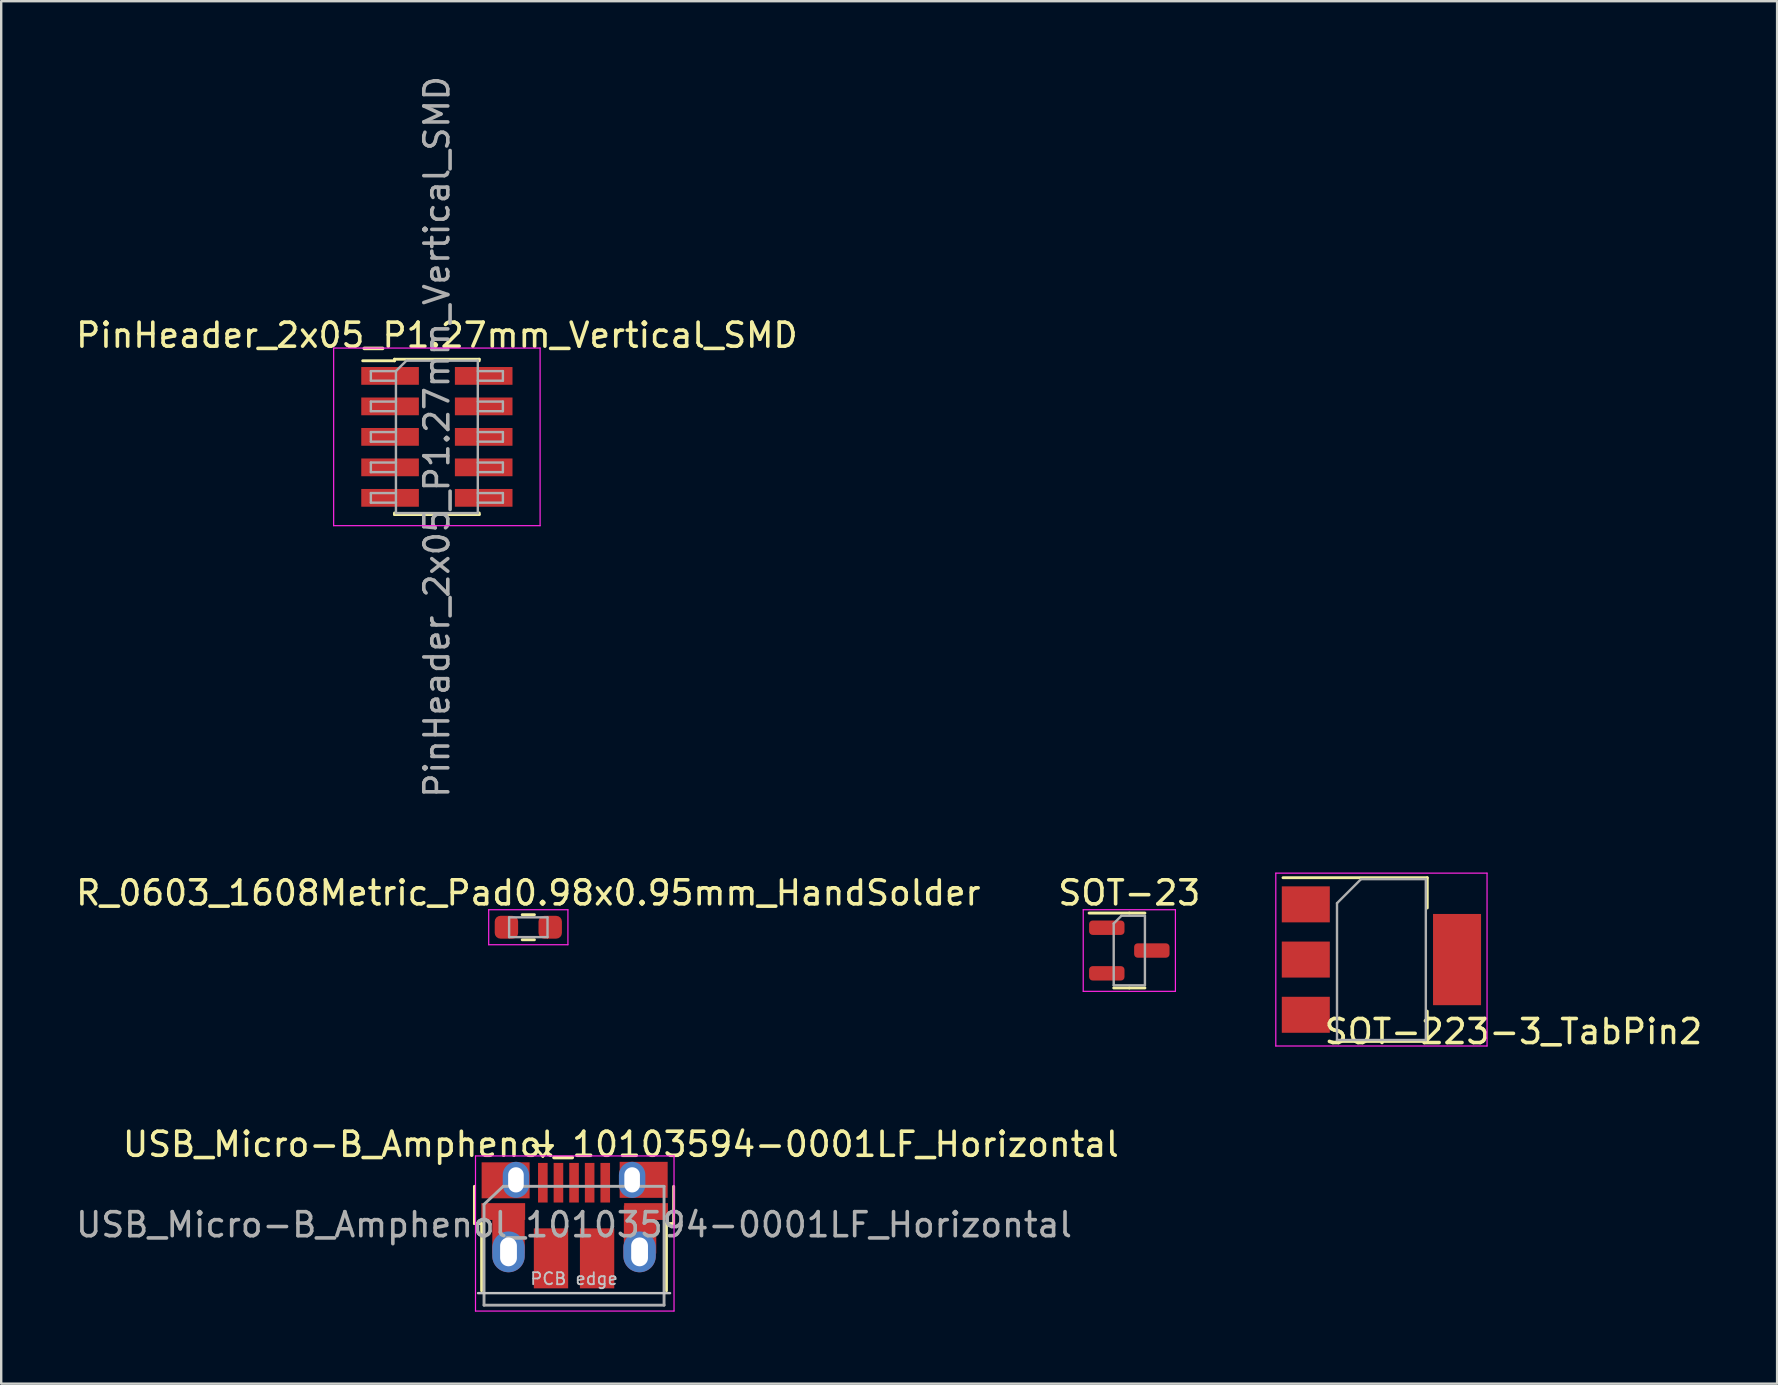
<source format=kicad_pcb>
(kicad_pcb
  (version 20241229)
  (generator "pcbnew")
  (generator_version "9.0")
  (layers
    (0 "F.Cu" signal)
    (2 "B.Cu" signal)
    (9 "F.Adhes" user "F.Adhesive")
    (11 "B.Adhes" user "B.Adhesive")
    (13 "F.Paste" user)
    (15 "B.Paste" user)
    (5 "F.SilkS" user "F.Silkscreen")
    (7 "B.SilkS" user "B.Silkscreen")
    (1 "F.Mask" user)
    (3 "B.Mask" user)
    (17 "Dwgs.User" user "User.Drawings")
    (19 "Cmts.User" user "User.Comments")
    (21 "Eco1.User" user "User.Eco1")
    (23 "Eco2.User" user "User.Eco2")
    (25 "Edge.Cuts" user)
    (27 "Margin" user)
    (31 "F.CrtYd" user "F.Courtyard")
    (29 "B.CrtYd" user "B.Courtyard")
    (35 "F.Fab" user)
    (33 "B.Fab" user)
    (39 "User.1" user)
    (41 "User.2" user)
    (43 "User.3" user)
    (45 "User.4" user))
  (footprint "PinHeader_2x05_P1.27mm_Vertical_SMD"
    (layer "F.Cu")
    (at 15.149 15.149)
    (property "Reference" "PinHeader_2x05_P1.27mm_Vertical_SMD" (at 0 -4.235 0) (layer "F.SilkS") (effects (font (size 1 1) (thickness 0.15))))
    (attr smd)
    (fp_line (start -3.09 -3.17) (end -1.765 -3.17) (stroke (width 0.12) (type solid)) (layer "F.SilkS"))
    (fp_line (start -1.765 -3.235) (end -1.765 -3.17) (stroke (width 0.12) (type solid)) (layer "F.SilkS"))
    (fp_line (start -1.765 -3.235) (end 1.765 -3.235) (stroke (width 0.12) (type solid)) (layer "F.SilkS"))
    (fp_line (start -1.765 3.17) (end -1.765 3.235) (stroke (width 0.12) (type solid)) (layer "F.SilkS"))
    (fp_line (start -1.765 3.235) (end 1.765 3.235) (stroke (width 0.12) (type solid)) (layer "F.SilkS"))
    (fp_line (start 1.765 -3.235) (end 1.765 -3.17) (stroke (width 0.12) (type solid)) (layer "F.SilkS"))
    (fp_line (start 1.765 3.17) (end 1.765 3.235) (stroke (width 0.12) (type solid)) (layer "F.SilkS"))
    (fp_line (start -4.3 -3.7) (end -4.3 3.7) (stroke (width 0.05) (type solid)) (layer "F.CrtYd"))
    (fp_line (start -4.3 3.7) (end 4.3 3.7) (stroke (width 0.05) (type solid)) (layer "F.CrtYd"))
    (fp_line (start 4.3 -3.7) (end -4.3 -3.7) (stroke (width 0.05) (type solid)) (layer "F.CrtYd"))
    (fp_line (start 4.3 3.7) (end 4.3 -3.7) (stroke (width 0.05) (type solid)) (layer "F.CrtYd"))
    (fp_line (start -2.75 -2.74) (end -2.75 -2.34) (stroke (width 0.1) (type solid)) (layer "F.Fab"))
    (fp_line (start -2.75 -2.34) (end -1.705 -2.34) (stroke (width 0.1) (type solid)) (layer "F.Fab"))
    (fp_line (start -2.75 -1.47) (end -2.75 -1.07) (stroke (width 0.1) (type solid)) (layer "F.Fab"))
    (fp_line (start -2.75 -1.07) (end -1.705 -1.07) (stroke (width 0.1) (type solid)) (layer "F.Fab"))
    (fp_line (start -2.75 -0.2) (end -2.75 0.2) (stroke (width 0.1) (type solid)) (layer "F.Fab"))
    (fp_line (start -2.75 0.2) (end -1.705 0.2) (stroke (width 0.1) (type solid)) (layer "F.Fab"))
    (fp_line (start -2.75 1.07) (end -2.75 1.47) (stroke (width 0.1) (type solid)) (layer "F.Fab"))
    (fp_line (start -2.75 1.47) (end -1.705 1.47) (stroke (width 0.1) (type solid)) (layer "F.Fab"))
    (fp_line (start -2.75 2.34) (end -2.75 2.74) (stroke (width 0.1) (type solid)) (layer "F.Fab"))
    (fp_line (start -2.75 2.74) (end -1.705 2.74) (stroke (width 0.1) (type solid)) (layer "F.Fab"))
    (fp_line (start -1.705 -2.74) (end -2.75 -2.74) (stroke (width 0.1) (type solid)) (layer "F.Fab"))
    (fp_line (start -1.705 -2.74) (end -1.27 -3.175) (stroke (width 0.1) (type solid)) (layer "F.Fab"))
    (fp_line (start -1.705 -1.47) (end -2.75 -1.47) (stroke (width 0.1) (type solid)) (layer "F.Fab"))
    (fp_line (start -1.705 -0.2) (end -2.75 -0.2) (stroke (width 0.1) (type solid)) (layer "F.Fab"))
    (fp_line (start -1.705 1.07) (end -2.75 1.07) (stroke (width 0.1) (type solid)) (layer "F.Fab"))
    (fp_line (start -1.705 2.34) (end -2.75 2.34) (stroke (width 0.1) (type solid)) (layer "F.Fab"))
    (fp_line (start -1.705 3.175) (end -1.705 -2.74) (stroke (width 0.1) (type solid)) (layer "F.Fab"))
    (fp_line (start -1.27 -3.175) (end 1.705 -3.175) (stroke (width 0.1) (type solid)) (layer "F.Fab"))
    (fp_line (start 1.705 -3.175) (end 1.705 3.175) (stroke (width 0.1) (type solid)) (layer "F.Fab"))
    (fp_line (start 1.705 -2.74) (end 2.75 -2.74) (stroke (width 0.1) (type solid)) (layer "F.Fab"))
    (fp_line (start 1.705 -1.47) (end 2.75 -1.47) (stroke (width 0.1) (type solid)) (layer "F.Fab"))
    (fp_line (start 1.705 -0.2) (end 2.75 -0.2) (stroke (width 0.1) (type solid)) (layer "F.Fab"))
    (fp_line (start 1.705 1.07) (end 2.75 1.07) (stroke (width 0.1) (type solid)) (layer "F.Fab"))
    (fp_line (start 1.705 2.34) (end 2.75 2.34) (stroke (width 0.1) (type solid)) (layer "F.Fab"))
    (fp_line (start 1.705 3.175) (end -1.705 3.175) (stroke (width 0.1) (type solid)) (layer "F.Fab"))
    (fp_line (start 2.75 -2.74) (end 2.75 -2.34) (stroke (width 0.1) (type solid)) (layer "F.Fab"))
    (fp_line (start 2.75 -2.34) (end 1.705 -2.34) (stroke (width 0.1) (type solid)) (layer "F.Fab"))
    (fp_line (start 2.75 -1.47) (end 2.75 -1.07) (stroke (width 0.1) (type solid)) (layer "F.Fab"))
    (fp_line (start 2.75 -1.07) (end 1.705 -1.07) (stroke (width 0.1) (type solid)) (layer "F.Fab"))
    (fp_line (start 2.75 -0.2) (end 2.75 0.2) (stroke (width 0.1) (type solid)) (layer "F.Fab"))
    (fp_line (start 2.75 0.2) (end 1.705 0.2) (stroke (width 0.1) (type solid)) (layer "F.Fab"))
    (fp_line (start 2.75 1.07) (end 2.75 1.47) (stroke (width 0.1) (type solid)) (layer "F.Fab"))
    (fp_line (start 2.75 1.47) (end 1.705 1.47) (stroke (width 0.1) (type solid)) (layer "F.Fab"))
    (fp_line (start 2.75 2.34) (end 2.75 2.74) (stroke (width 0.1) (type solid)) (layer "F.Fab"))
    (fp_line (start 2.75 2.74) (end 1.705 2.74) (stroke (width 0.1) (type solid)) (layer "F.Fab"))
    (fp_text user "${REFERENCE}" (at 0 0 90) (layer "F.Fab") (effects (font (size 1 1) (thickness 0.15))))
    (pad "1" smd rect (at -1.95 -2.54 180) (size 2.4 0.74) (layers "F.Cu" "F.Mask" "F.Paste"))
    (pad "2" smd rect (at 1.95 -2.54 180) (size 2.4 0.74) (layers "F.Cu" "F.Mask" "F.Paste"))
    (pad "3" smd rect (at -1.95 -1.27 180) (size 2.4 0.74) (layers "F.Cu" "F.Mask" "F.Paste"))
    (pad "4" smd rect (at 1.95 -1.27 180) (size 2.4 0.74) (layers "F.Cu" "F.Mask" "F.Paste"))
    (pad "5" smd rect (at -1.95 0 180) (size 2.4 0.74) (layers "F.Cu" "F.Mask" "F.Paste"))
    (pad "6" smd rect (at 1.95 0 180) (size 2.4 0.74) (layers "F.Cu" "F.Mask" "F.Paste"))
    (pad "7" smd rect (at -1.95 1.27 180) (size 2.4 0.74) (layers "F.Cu" "F.Mask" "F.Paste"))
    (pad "8" smd rect (at 1.95 1.27 180) (size 2.4 0.74) (layers "F.Cu" "F.Mask" "F.Paste"))
    (pad "9" smd rect (at -1.95 2.54 180) (size 2.4 0.74) (layers "F.Cu" "F.Mask" "F.Paste"))
    (pad "10" smd rect (at 1.95 2.54 180) (size 2.4 0.74) (layers "F.Cu" "F.Mask" "F.Paste")))
  (footprint "SOT-23"
    (layer "F.Cu")
    (at 43.994 36.546)
    (property "Reference" "SOT-23" (at 0 -2.4 0) (layer "F.SilkS") (effects (font (size 1 1) (thickness 0.15))))
    (attr smd)
    (fp_line (start 0 -1.56) (end -1.675 -1.56) (stroke (width 0.12) (type solid)) (layer "F.SilkS"))
    (fp_line (start 0 -1.56) (end 0.65 -1.56) (stroke (width 0.12) (type solid)) (layer "F.SilkS"))
    (fp_line (start 0 1.56) (end -0.65 1.56) (stroke (width 0.12) (type solid)) (layer "F.SilkS"))
    (fp_line (start 0 1.56) (end 0.65 1.56) (stroke (width 0.12) (type solid)) (layer "F.SilkS"))
    (fp_line (start -1.92 -1.7) (end -1.92 1.7) (stroke (width 0.05) (type solid)) (layer "F.CrtYd"))
    (fp_line (start -1.92 1.7) (end 1.92 1.7) (stroke (width 0.05) (type solid)) (layer "F.CrtYd"))
    (fp_line (start 1.92 -1.7) (end -1.92 -1.7) (stroke (width 0.05) (type solid)) (layer "F.CrtYd"))
    (fp_line (start 1.92 1.7) (end 1.92 -1.7) (stroke (width 0.05) (type solid)) (layer "F.CrtYd"))
    (fp_line (start -0.65 -1.125) (end -0.325 -1.45) (stroke (width 0.1) (type solid)) (layer "F.Fab"))
    (fp_line (start -0.65 1.45) (end -0.65 -1.125) (stroke (width 0.1) (type solid)) (layer "F.Fab"))
    (fp_line (start -0.325 -1.45) (end 0.65 -1.45) (stroke (width 0.1) (type solid)) (layer "F.Fab"))
    (fp_line (start 0.65 -1.45) (end 0.65 1.45) (stroke (width 0.1) (type solid)) (layer "F.Fab"))
    (fp_line (start 0.65 1.45) (end -0.65 1.45) (stroke (width 0.1) (type solid)) (layer "F.Fab"))
    (pad "1" smd roundrect (at -0.938 -0.95 180) (size 1.475 0.6) (layers "F.Cu" "F.Mask" "F.Paste") (roundrect_rratio 0.25))
    (pad "2" smd roundrect (at -0.938 0.95 180) (size 1.475 0.6) (layers "F.Cu" "F.Mask" "F.Paste") (roundrect_rratio 0.25))
    (pad "3" smd roundrect (at 0.938 0 180) (size 1.475 0.6) (layers "F.Cu" "F.Mask" "F.Paste") (roundrect_rratio 0.25)))
  (footprint "USB_Micro-B_Amphenol_10103594-0001LF_Horizontal"
    (layer "F.Cu")
    (at 20.888 47.984)
    (property "Reference" "USB_Micro-B_Amphenol_10103594-0001LF_Horizontal" (at 1.925 -3.365 0) (layer "F.SilkS") (effects (font (size 1 1) (thickness 0.15))))
    (attr smd)
    (fp_line (start -4.175 -0.065) (end -4.175 -1.615) (stroke (width 0.12) (type solid)) (layer "F.SilkS"))
    (fp_line (start -4.175 -0.065) (end -3.875 -0.065) (stroke (width 0.12) (type solid)) (layer "F.SilkS"))
    (fp_line (start -3.875 2.735) (end -3.875 -0.065) (stroke (width 0.12) (type solid)) (layer "F.SilkS"))
    (fp_line (start -1.725 -3.315) (end -0.925 -3.315) (stroke (width 0.12) (type solid)) (layer "F.SilkS"))
    (fp_line (start -1.325 -2.865) (end -1.725 -3.315) (stroke (width 0.12) (type solid)) (layer "F.SilkS"))
    (fp_line (start -0.925 -3.315) (end -1.325 -2.865) (stroke (width 0.12) (type solid)) (layer "F.SilkS"))
    (fp_line (start 3.825 -0.065) (end 4.125 -0.065) (stroke (width 0.12) (type solid)) (layer "F.SilkS"))
    (fp_line (start 3.825 2.735) (end 3.825 -0.065) (stroke (width 0.12) (type solid)) (layer "F.SilkS"))
    (fp_line (start 4.125 -0.065) (end 4.125 -1.615) (stroke (width 0.12) (type solid)) (layer "F.SilkS"))
    (fp_line (start -4.025 2.835) (end 3.975 2.835) (stroke (width 0.1) (type solid)) (layer "Dwgs.User"))
    (fp_line (start -4.13 -2.88) (end -4.13 3.58) (stroke (width 0.05) (type solid)) (layer "F.CrtYd"))
    (fp_line (start -4.13 -2.88) (end 4.14 -2.88) (stroke (width 0.05) (type solid)) (layer "F.CrtYd"))
    (fp_line (start 4.14 3.58) (end -4.13 3.58) (stroke (width 0.05) (type solid)) (layer "F.CrtYd"))
    (fp_line (start 4.14 3.58) (end 4.14 -2.88) (stroke (width 0.05) (type solid)) (layer "F.CrtYd"))
    (fp_line (start -3.775 -0.865) (end -2.975 -1.615) (stroke (width 0.12) (type solid)) (layer "F.Fab"))
    (fp_line (start -3.775 3.335) (end -3.775 -0.865) (stroke (width 0.12) (type solid)) (layer "F.Fab"))
    (fp_line (start -2.975 -1.615) (end 3.725 -1.615) (stroke (width 0.12) (type solid)) (layer "F.Fab"))
    (fp_line (start 3.725 -1.615) (end 3.725 3.335) (stroke (width 0.12) (type solid)) (layer "F.Fab"))
    (fp_line (start 3.725 3.335) (end -3.775 3.335) (stroke (width 0.12) (type solid)) (layer "F.Fab"))
    (fp_text user "PCB edge" (at -0.025 2.235 0) (layer "Dwgs.User") (effects (font (size 0.5 0.5) (thickness 0.075))))
    (fp_text user "${REFERENCE}" (at -0.025 -0.015 0) (layer "F.Fab") (effects (font (size 1 1) (thickness 0.15))))
    (pad "1" smd rect (at -1.325 -1.765 270) (size 1.65 0.4) (layers "F.Cu" "F.Mask" "F.Paste"))
    (pad "2" smd rect (at -0.675 -1.765 270) (size 1.65 0.4) (layers "F.Cu" "F.Mask" "F.Paste"))
    (pad "3" smd rect (at -0.025 -1.765 270) (size 1.65 0.4) (layers "F.Cu" "F.Mask" "F.Paste"))
    (pad "4" smd rect (at 0.625 -1.765 270) (size 1.65 0.4) (layers "F.Cu" "F.Mask" "F.Paste"))
    (pad "5" smd rect (at 1.275 -1.765 270) (size 1.65 0.4) (layers "F.Cu" "F.Mask" "F.Paste"))
    (pad "6" smd rect (at -2.975 -0.565 180) (size 1.825 0.7) (layers "F.Cu" "F.Mask" "F.Paste"))
    (pad "6" smd rect (at -2.875 -1.865 180) (size 2 1.5) (layers "F.Cu" "F.Mask" "F.Paste"))
    (pad "6" smd rect (at -2.755 0.185 180) (size 1.35 2) (layers "F.Cu" "F.Mask" "F.Paste"))
    (pad "6" thru_hole oval (at -2.755 1.115 270) (size 1.7 1.35) (drill oval 1.2 0.7) (layers "*.Cu" "*.Mask"))
    (pad "6" thru_hole oval (at -2.445 -1.885 270) (size 1.5 1.1) (drill oval 1.05 0.65) (layers "*.Cu" "*.Mask"))
    (pad "6" smd rect (at -0.985 1.385 270) (size 2.5 1.43) (layers "F.Cu" "F.Mask" "F.Paste"))
    (pad "6" smd rect (at 0.935 1.385 270) (size 2.5 1.43) (layers "F.Cu" "F.Mask" "F.Paste"))
    (pad "6" thru_hole oval (at 2.395 -1.885 270) (size 1.5 1.1) (drill oval 1.05 0.65) (layers "*.Cu" "*.Mask"))
    (pad "6" thru_hole oval (at 2.705 1.115 270) (size 1.7 1.35) (drill oval 1.2 0.7) (layers "*.Cu" "*.Mask"))
    (pad "6" smd rect (at 2.725 0.185 180) (size 1.35 2) (layers "F.Cu" "F.Mask" "F.Paste"))
    (pad "6" smd rect (at 2.875 -1.885 180) (size 2 1.5) (layers "F.Cu" "F.Mask" "F.Paste"))
    (pad "6" smd rect (at 2.975 -0.565 180) (size 1.825 0.7) (layers "F.Cu" "F.Mask" "F.Paste")))
  (footprint "R_0603_1608Metric_Pad0.98x0.95mm_HandSolder"
    (layer "F.Cu")
    (at 18.958 35.576)
    (property "Reference" "R_0603_1608Metric_Pad0.98x0.95mm_HandSolder" (at 0 -1.43 0) (layer "F.SilkS") (effects (font (size 1 1) (thickness 0.15))))
    (attr smd)
    (fp_line (start -0.255 -0.522) (end 0.255 -0.522) (stroke (width 0.12) (type solid)) (layer "F.SilkS"))
    (fp_line (start -0.255 0.522) (end 0.255 0.522) (stroke (width 0.12) (type solid)) (layer "F.SilkS"))
    (fp_line (start -1.65 -0.73) (end 1.65 -0.73) (stroke (width 0.05) (type solid)) (layer "F.CrtYd"))
    (fp_line (start -1.65 0.73) (end -1.65 -0.73) (stroke (width 0.05) (type solid)) (layer "F.CrtYd"))
    (fp_line (start 1.65 -0.73) (end 1.65 0.73) (stroke (width 0.05) (type solid)) (layer "F.CrtYd"))
    (fp_line (start 1.65 0.73) (end -1.65 0.73) (stroke (width 0.05) (type solid)) (layer "F.CrtYd"))
    (fp_line (start -0.8 -0.412) (end 0.8 -0.412) (stroke (width 0.1) (type solid)) (layer "F.Fab"))
    (fp_line (start -0.8 0.412) (end -0.8 -0.412) (stroke (width 0.1) (type solid)) (layer "F.Fab"))
    (fp_line (start 0.8 -0.412) (end 0.8 0.412) (stroke (width 0.1) (type solid)) (layer "F.Fab"))
    (fp_line (start 0.8 0.412) (end -0.8 0.412) (stroke (width 0.1) (type solid)) (layer "F.Fab"))
    (pad "1" smd roundrect (at -0.912 0 180) (size 0.975 0.95) (layers "F.Cu" "F.Mask" "F.Paste") (roundrect_rratio 0.25))
    (pad "2" smd roundrect (at 0.912 0 180) (size 0.975 0.95) (layers "F.Cu" "F.Mask" "F.Paste") (roundrect_rratio 0.25)))
  (footprint "SOT-223-3_TabPin2"
    (layer "F.Cu")
    (at 54.496 36.923)
    (property "Reference" "SOT-223-3_TabPin2" (at 5.5 3 0) (layer "F.SilkS") (effects (font (size 1 1) (thickness 0.15))))
    (attr smd)
    (fp_line (start -4.1 -3.41) (end 1.91 -3.41) (stroke (width 0.12) (type solid)) (layer "F.SilkS"))
    (fp_line (start -1.85 3.41) (end 1.91 3.41) (stroke (width 0.12) (type solid)) (layer "F.SilkS"))
    (fp_line (start 1.91 -3.41) (end 1.91 -2.15) (stroke (width 0.12) (type solid)) (layer "F.SilkS"))
    (fp_line (start 1.91 3.41) (end 1.91 2.15) (stroke (width 0.12) (type solid)) (layer "F.SilkS"))
    (fp_line (start -4.4 -3.6) (end -4.4 3.6) (stroke (width 0.05) (type solid)) (layer "F.CrtYd"))
    (fp_line (start -4.4 3.6) (end 4.4 3.6) (stroke (width 0.05) (type solid)) (layer "F.CrtYd"))
    (fp_line (start 4.4 -3.6) (end -4.4 -3.6) (stroke (width 0.05) (type solid)) (layer "F.CrtYd"))
    (fp_line (start 4.4 3.6) (end 4.4 -3.6) (stroke (width 0.05) (type solid)) (layer "F.CrtYd"))
    (fp_line (start -1.85 -2.35) (end -1.85 3.35) (stroke (width 0.1) (type solid)) (layer "F.Fab"))
    (fp_line (start -1.85 -2.35) (end -0.85 -3.35) (stroke (width 0.1) (type solid)) (layer "F.Fab"))
    (fp_line (start -1.85 3.35) (end 1.85 3.35) (stroke (width 0.1) (type solid)) (layer "F.Fab"))
    (fp_line (start -0.85 -3.35) (end 1.85 -3.35) (stroke (width 0.1) (type solid)) (layer "F.Fab"))
    (fp_line (start 1.85 -3.35) (end 1.85 3.35) (stroke (width 0.1) (type solid)) (layer "F.Fab"))
    (pad "1" smd rect (at -3.15 -2.3 180) (size 2 1.5) (layers "F.Cu" "F.Mask" "F.Paste"))
    (pad "2" smd rect (at -3.15 0 180) (size 2 1.5) (layers "F.Cu" "F.Mask" "F.Paste"))
    (pad "2" smd rect (at 3.15 0 180) (size 2 3.8) (layers "F.Cu" "F.Mask" "F.Paste"))
    (pad "3" smd rect (at -3.15 2.3 180) (size 2 1.5) (layers "F.Cu" "F.Mask" "F.Paste")))
  (gr_rect
    (start -3 -3)
    (end 70.979 54.589)
    (stroke (width 0.1) (type default))
    (fill no)
    (layer "Edge.Cuts")))
</source>
